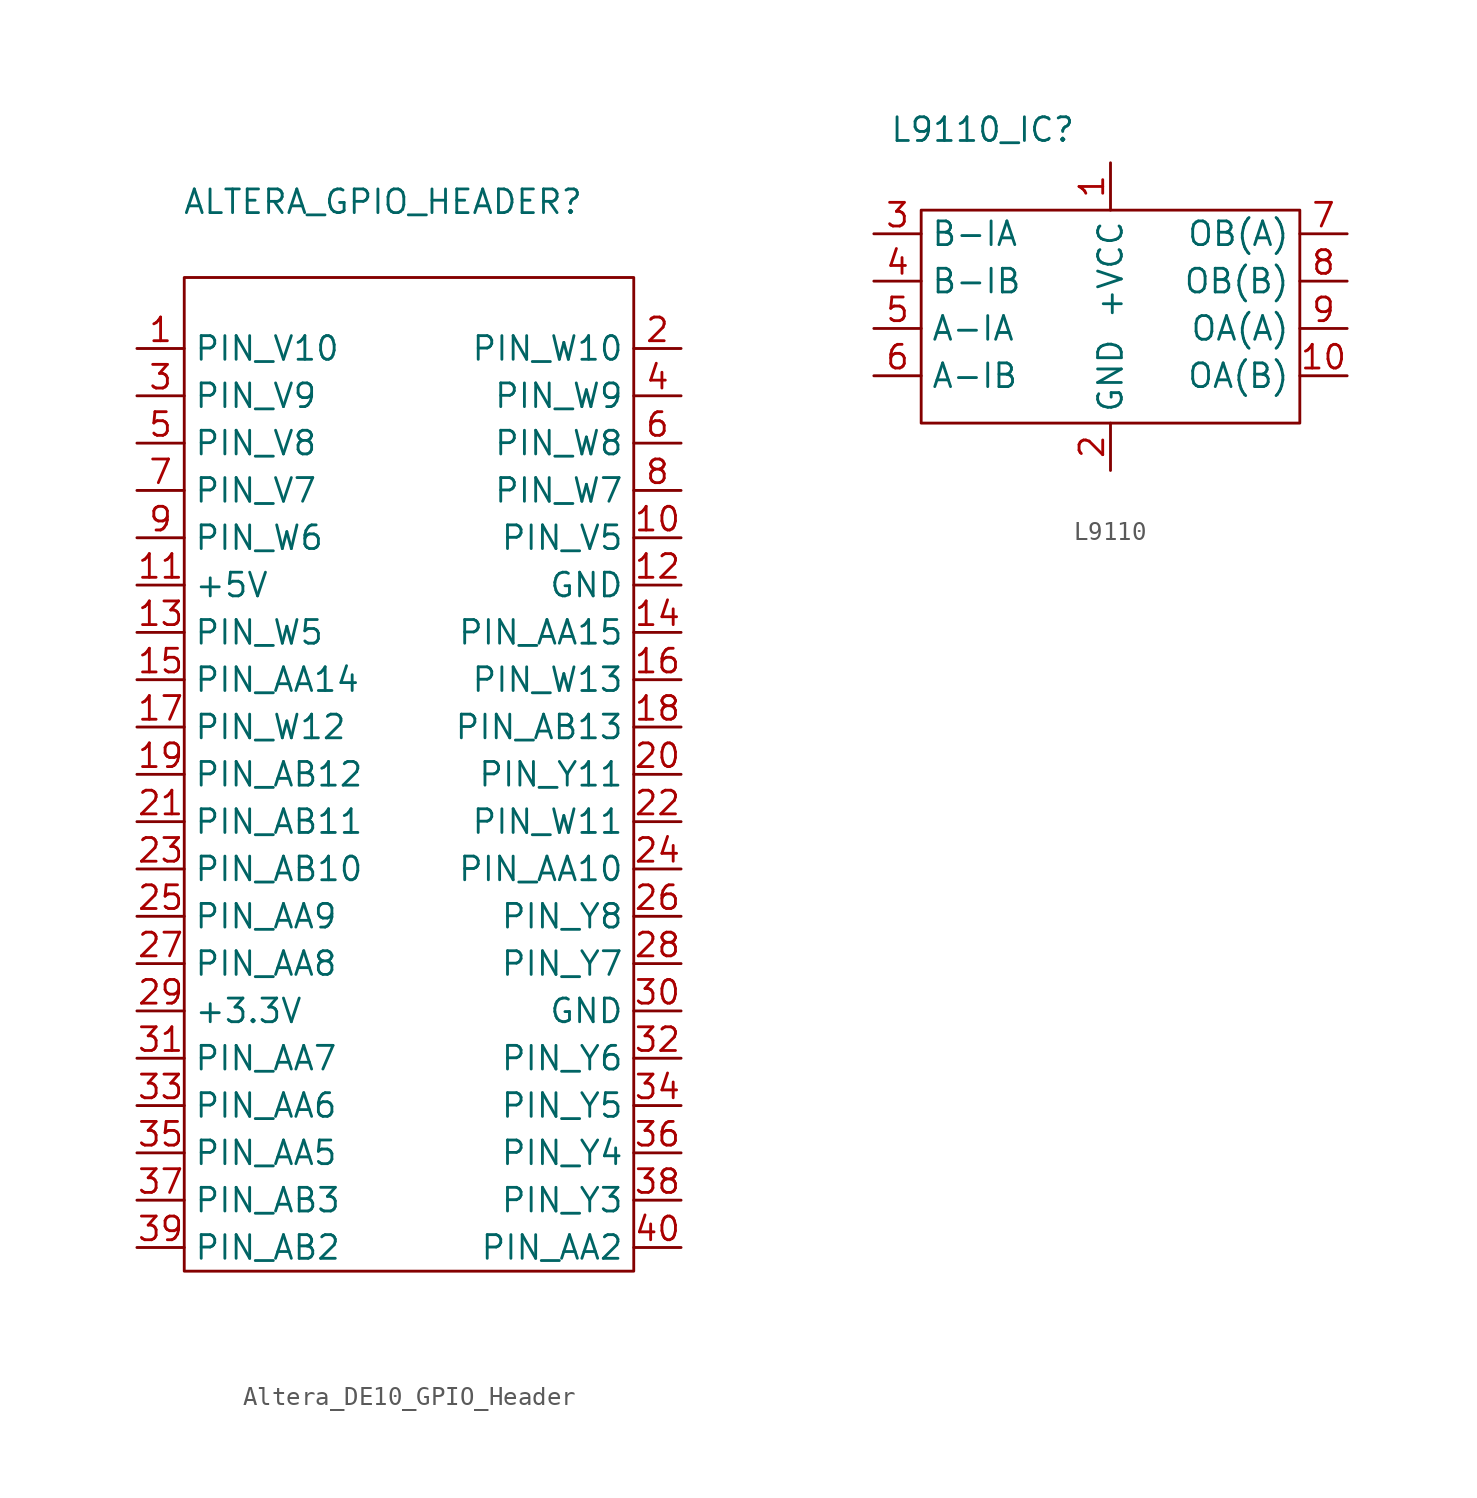
<source format=kicad_sym>
(kicad_symbol_lib
  (version 20241209)
  (generator "kicad_symbol_editor")
  (generator_version "9.0")
  (symbol "Altera_DE10_GPIO_Header"
    (property "Reference" "ALTERA_GPIO_HEADER"
      (at -0.762 19.304 0)
      (effects (font (size 1.27 1.27))))
    (property "Value" ""
      (at 0 0 0)
      (effects (font (size 1.27 1.27))))
    (symbol "Altera_DE10_GPIO_Header_0_1"
      (rectangle (start -11.43 15.24) (end 12.7 -38.1) (stroke (width 0) (type default)) (fill (type none))))
    (symbol "Altera_DE10_GPIO_Header_1_1"
      (pin bidirectional line (at -13.97 11.43 0) (length 2.54) (name "PIN_V10" (effects (font (size 1.27 1.27)))) (number "1" (effects (font (size 1.27 1.27)))))
      (pin bidirectional line (at -13.97 8.89 0) (length 2.54) (name "PIN_V9" (effects (font (size 1.27 1.27)))) (number "3" (effects (font (size 1.27 1.27)))))
      (pin bidirectional line (at -13.97 6.35 0) (length 2.54) (name "PIN_V8" (effects (font (size 1.27 1.27)))) (number "5" (effects (font (size 1.27 1.27)))))
      (pin bidirectional line (at -13.97 3.81 0) (length 2.54) (name "PIN_V7" (effects (font (size 1.27 1.27)))) (number "7" (effects (font (size 1.27 1.27)))))
      (pin bidirectional line (at -13.97 1.27 0) (length 2.54) (name "PIN_W6" (effects (font (size 1.27 1.27)))) (number "9" (effects (font (size 1.27 1.27)))))
      (pin power_in line (at -13.97 -1.27 0) (length 2.54) (name "+5V" (effects (font (size 1.27 1.27)))) (number "11" (effects (font (size 1.27 1.27)))))
      (pin bidirectional line (at -13.97 -3.81 0) (length 2.54) (name "PIN_W5" (effects (font (size 1.27 1.27)))) (number "13" (effects (font (size 1.27 1.27)))))
      (pin bidirectional line (at -13.97 -6.35 0) (length 2.54) (name "PIN_AA14" (effects (font (size 1.27 1.27)))) (number "15" (effects (font (size 1.27 1.27)))))
      (pin bidirectional line (at -13.97 -8.89 0) (length 2.54) (name "PIN_W12" (effects (font (size 1.27 1.27)))) (number "17" (effects (font (size 1.27 1.27)))))
      (pin bidirectional line (at -13.97 -11.43 0) (length 2.54) (name "PIN_AB12" (effects (font (size 1.27 1.27)))) (number "19" (effects (font (size 1.27 1.27)))))
      (pin bidirectional line (at -13.97 -13.97 0) (length 2.54) (name "PIN_AB11" (effects (font (size 1.27 1.27)))) (number "21" (effects (font (size 1.27 1.27)))))
      (pin bidirectional line (at -13.97 -16.51 0) (length 2.54) (name "PIN_AB10" (effects (font (size 1.27 1.27)))) (number "23" (effects (font (size 1.27 1.27)))))
      (pin bidirectional line (at -13.97 -19.05 0) (length 2.54) (name "PIN_AA9" (effects (font (size 1.27 1.27)))) (number "25" (effects (font (size 1.27 1.27)))))
      (pin bidirectional line (at -13.97 -21.59 0) (length 2.54) (name "PIN_AA8" (effects (font (size 1.27 1.27)))) (number "27" (effects (font (size 1.27 1.27)))))
      (pin power_in line (at -13.97 -24.13 0) (length 2.54) (name "+3.3V" (effects (font (size 1.27 1.27)))) (number "29" (effects (font (size 1.27 1.27)))))
      (pin bidirectional line (at -13.97 -26.67 0) (length 2.54) (name "PIN_AA7" (effects (font (size 1.27 1.27)))) (number "31" (effects (font (size 1.27 1.27)))))
      (pin bidirectional line (at -13.97 -29.21 0) (length 2.54) (name "PIN_AA6" (effects (font (size 1.27 1.27)))) (number "33" (effects (font (size 1.27 1.27)))))
      (pin bidirectional line (at -13.97 -31.75 0) (length 2.54) (name "PIN_AA5" (effects (font (size 1.27 1.27)))) (number "35" (effects (font (size 1.27 1.27)))))
      (pin bidirectional line (at -13.97 -34.29 0) (length 2.54) (name "PIN_AB3" (effects (font (size 1.27 1.27)))) (number "37" (effects (font (size 1.27 1.27)))))
      (pin bidirectional line (at -13.97 -36.83 0) (length 2.54) (name "PIN_AB2" (effects (font (size 1.27 1.27)))) (number "39" (effects (font (size 1.27 1.27)))))
      (pin bidirectional line (at 15.24 11.43 180) (length 2.54) (name "PIN_W10" (effects (font (size 1.27 1.27)))) (number "2" (effects (font (size 1.27 1.27)))))
      (pin bidirectional line (at 15.24 8.89 180) (length 2.54) (name "PIN_W9" (effects (font (size 1.27 1.27)))) (number "4" (effects (font (size 1.27 1.27)))))
      (pin bidirectional line (at 15.24 6.35 180) (length 2.54) (name "PIN_W8" (effects (font (size 1.27 1.27)))) (number "6" (effects (font (size 1.27 1.27)))))
      (pin bidirectional line (at 15.24 3.81 180) (length 2.54) (name "PIN_W7" (effects (font (size 1.27 1.27)))) (number "8" (effects (font (size 1.27 1.27)))))
      (pin bidirectional line (at 15.24 1.27 180) (length 2.54) (name "PIN_V5" (effects (font (size 1.27 1.27)))) (number "10" (effects (font (size 1.27 1.27)))))
      (pin power_in line (at 15.24 -1.27 180) (length 2.54) (name "GND" (effects (font (size 1.27 1.27)))) (number "12" (effects (font (size 1.27 1.27)))))
      (pin bidirectional line (at 15.24 -3.81 180) (length 2.54) (name "PIN_AA15" (effects (font (size 1.27 1.27)))) (number "14" (effects (font (size 1.27 1.27)))))
      (pin bidirectional line (at 15.24 -6.35 180) (length 2.54) (name "PIN_W13" (effects (font (size 1.27 1.27)))) (number "16" (effects (font (size 1.27 1.27)))))
      (pin bidirectional line (at 15.24 -8.89 180) (length 2.54) (name "PIN_AB13" (effects (font (size 1.27 1.27)))) (number "18" (effects (font (size 1.27 1.27)))))
      (pin bidirectional line (at 15.24 -11.43 180) (length 2.54) (name "PIN_Y11" (effects (font (size 1.27 1.27)))) (number "20" (effects (font (size 1.27 1.27)))))
      (pin bidirectional line (at 15.24 -13.97 180) (length 2.54) (name "PIN_W11" (effects (font (size 1.27 1.27)))) (number "22" (effects (font (size 1.27 1.27)))))
      (pin bidirectional line (at 15.24 -16.51 180) (length 2.54) (name "PIN_AA10" (effects (font (size 1.27 1.27)))) (number "24" (effects (font (size 1.27 1.27)))))
      (pin bidirectional line (at 15.24 -19.05 180) (length 2.54) (name "PIN_Y8" (effects (font (size 1.27 1.27)))) (number "26" (effects (font (size 1.27 1.27)))))
      (pin bidirectional line (at 15.24 -21.59 180) (length 2.54) (name "PIN_Y7" (effects (font (size 1.27 1.27)))) (number "28" (effects (font (size 1.27 1.27)))))
      (pin power_in line (at 15.24 -24.13 180) (length 2.54) (name "GND" (effects (font (size 1.27 1.27)))) (number "30" (effects (font (size 1.27 1.27)))))
      (pin bidirectional line (at 15.24 -26.67 180) (length 2.54) (name "PIN_Y6" (effects (font (size 1.27 1.27)))) (number "32" (effects (font (size 1.27 1.27)))))
      (pin bidirectional line (at 15.24 -29.21 180) (length 2.54) (name "PIN_Y5" (effects (font (size 1.27 1.27)))) (number "34" (effects (font (size 1.27 1.27)))))
      (pin bidirectional line (at 15.24 -31.75 180) (length 2.54) (name "PIN_Y4" (effects (font (size 1.27 1.27)))) (number "36" (effects (font (size 1.27 1.27)))))
      (pin bidirectional line (at 15.24 -34.29 180) (length 2.54) (name "PIN_Y3" (effects (font (size 1.27 1.27)))) (number "38" (effects (font (size 1.27 1.27)))))
      (pin bidirectional line (at 15.24 -36.83 180) (length 2.54) (name "PIN_AA2" (effects (font (size 1.27 1.27)))) (number "40" (effects (font (size 1.27 1.27)))))))
  (symbol "L9110"
    (property "Reference" "L9110_IC"
      (at -6.858 3.048 0)
      (effects (font (size 1.27 1.27))))
    (property "Value" ""
      (at 0 0 0)
      (effects (font (size 1.27 1.27))))
    (symbol "L9110_0_1"
      (rectangle (start -10.16 -1.27) (end 10.16 -12.7) (stroke (width 0) (type default)) (fill (type none))))
    (symbol "L9110_1_1"
      (pin input line (at -12.7 -2.54 0) (length 2.54) (name "B-IA" (effects (font (size 1.27 1.27)))) (number "3" (effects (font (size 1.27 1.27)))))
      (pin input line (at -12.7 -5.08 0) (length 2.54) (name "B-IB" (effects (font (size 1.27 1.27)))) (number "4" (effects (font (size 1.27 1.27)))))
      (pin input line (at -12.7 -7.62 0) (length 2.54) (name "A-IA" (effects (font (size 1.27 1.27)))) (number "5" (effects (font (size 1.27 1.27)))))
      (pin input line (at -12.7 -10.16 0) (length 2.54) (name "A-IB" (effects (font (size 1.27 1.27)))) (number "6" (effects (font (size 1.27 1.27)))))
      (pin power_in line (at 0 1.27 270) (length 2.54) (name "+VCC" (effects (font (size 1.27 1.27)))) (number "1" (effects (font (size 1.27 1.27)))))
      (pin power_in line (at 0 -15.24 90) (length 2.54) (name "GND" (effects (font (size 1.27 1.27)))) (number "2" (effects (font (size 1.27 1.27)))))
      (pin output line (at 12.7 -2.54 180) (length 2.54) (name "OB(A)" (effects (font (size 1.27 1.27)))) (number "7" (effects (font (size 1.27 1.27)))))
      (pin output line (at 12.7 -5.08 180) (length 2.54) (name "OB(B)" (effects (font (size 1.27 1.27)))) (number "8" (effects (font (size 1.27 1.27)))))
      (pin output line (at 12.7 -7.62 180) (length 2.54) (name "OA(A)" (effects (font (size 1.27 1.27)))) (number "9" (effects (font (size 1.27 1.27)))))
      (pin output line (at 12.7 -10.16 180) (length 2.54) (name "OA(B)" (effects (font (size 1.27 1.27)))) (number "10" (effects (font (size 1.27 1.27))))))))
</source>
